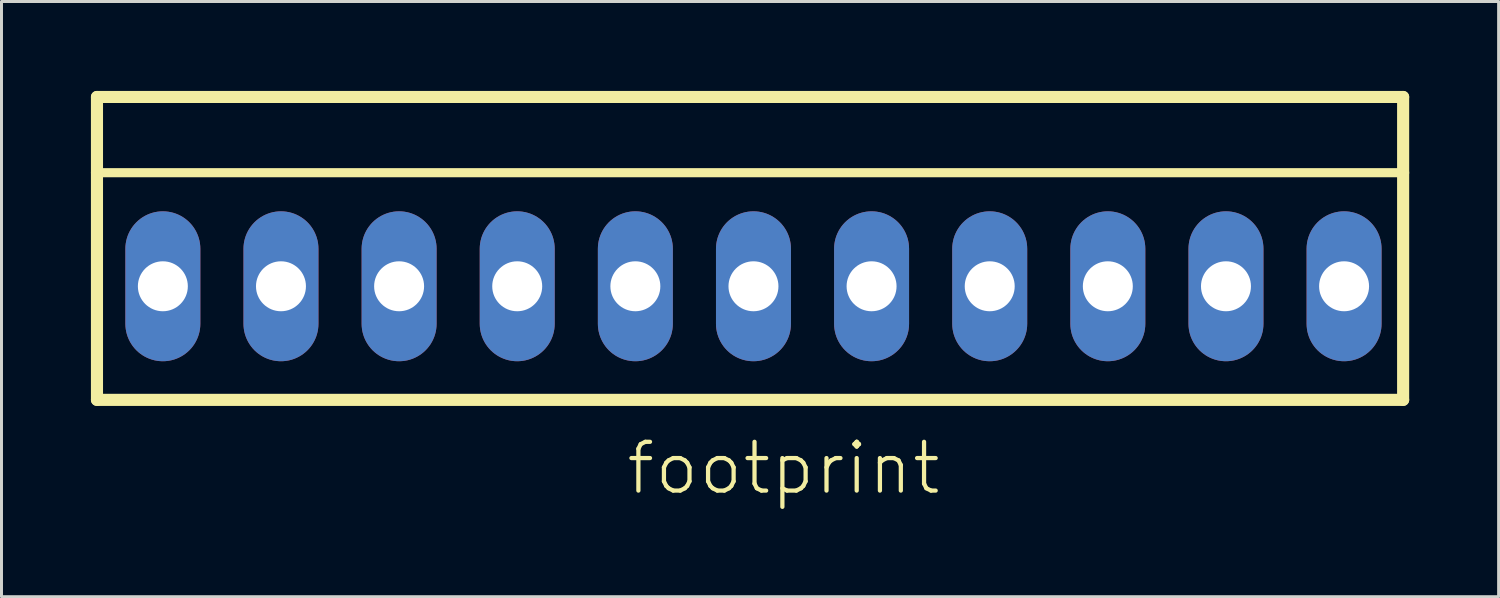
<source format=kicad_pcb>
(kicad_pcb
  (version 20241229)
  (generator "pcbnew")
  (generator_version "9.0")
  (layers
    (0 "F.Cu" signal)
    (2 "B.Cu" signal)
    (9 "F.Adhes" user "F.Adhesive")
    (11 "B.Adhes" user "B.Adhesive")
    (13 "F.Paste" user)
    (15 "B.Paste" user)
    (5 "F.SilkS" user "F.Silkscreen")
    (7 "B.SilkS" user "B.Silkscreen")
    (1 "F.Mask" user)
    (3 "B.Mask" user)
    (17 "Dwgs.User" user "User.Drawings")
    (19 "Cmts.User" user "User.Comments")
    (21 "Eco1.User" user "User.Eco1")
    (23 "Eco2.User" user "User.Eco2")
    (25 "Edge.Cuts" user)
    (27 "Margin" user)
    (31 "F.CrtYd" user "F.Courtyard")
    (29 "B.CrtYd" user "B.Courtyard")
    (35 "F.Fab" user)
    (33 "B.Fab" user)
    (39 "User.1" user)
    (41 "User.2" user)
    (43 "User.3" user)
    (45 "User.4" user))
  (footprint "footprint"
    (layer "F.Cu")
    (at 22.225 6.553)
    (property "Reference" "footprint" (at -4.343 7.061 0) (layer "F.SilkS") (effects (font (size 1.636 1.636) (thickness 0.142)) (justify left bottom)))
    (fp_line (start -22.022 -6.35) (end 21.793 -6.35) (stroke (width 0.406) (type solid)) (layer "F.SilkS"))
    (fp_line (start -22.022 -3.81) (end -22.022 -6.35) (stroke (width 0.406) (type solid)) (layer "F.SilkS"))
    (fp_line (start -22.022 -3.81) (end 21.793 -3.81) (stroke (width 0.305) (type solid)) (layer "F.SilkS"))
    (fp_line (start -22.022 3.81) (end -22.022 -3.81) (stroke (width 0.406) (type solid)) (layer "F.SilkS"))
    (fp_line (start -22.022 3.81) (end 21.793 3.81) (stroke (width 0.406) (type solid)) (layer "F.SilkS"))
    (fp_line (start 21.793 -6.35) (end 21.793 -3.81) (stroke (width 0.406) (type solid)) (layer "F.SilkS"))
    (fp_line (start 21.793 -3.81) (end 21.793 3.81) (stroke (width 0.406) (type solid)) (layer "F.SilkS"))
    (fp_poly (pts (xy -20.32 0.508) (xy -19.304 0.508) (xy -19.304 -0.508) (xy -20.32 -0.508)) (stroke (width 0) (type solid)) (fill yes) (layer "F.SilkS"))
    (fp_poly (pts (xy -16.358 0.508) (xy -15.342 0.508) (xy -15.342 -0.508) (xy -16.358 -0.508)) (stroke (width 0) (type solid)) (fill yes) (layer "F.SilkS"))
    (fp_poly (pts (xy -16.358 0.508) (xy -15.342 0.508) (xy -15.342 -0.508) (xy -16.358 -0.508)) (stroke (width 0) (type solid)) (fill yes) (layer "F.SilkS"))
    (fp_poly (pts (xy -12.395 0.508) (xy -11.379 0.508) (xy -11.379 -0.508) (xy -12.395 -0.508)) (stroke (width 0) (type solid)) (fill yes) (layer "F.SilkS"))
    (fp_poly (pts (xy -8.433 0.508) (xy -7.417 0.508) (xy -7.417 -0.508) (xy -8.433 -0.508)) (stroke (width 0) (type solid)) (fill yes) (layer "F.SilkS"))
    (fp_poly (pts (xy -4.47 0.508) (xy -3.454 0.508) (xy -3.454 -0.508) (xy -4.47 -0.508)) (stroke (width 0) (type solid)) (fill yes) (layer "F.SilkS"))
    (fp_poly (pts (xy -0.508 0.508) (xy 0.508 0.508) (xy 0.508 -0.508) (xy -0.508 -0.508)) (stroke (width 0) (type solid)) (fill yes) (layer "F.SilkS"))
    (fp_poly (pts (xy 3.454 0.508) (xy 4.47 0.508) (xy 4.47 -0.508) (xy 3.454 -0.508)) (stroke (width 0) (type solid)) (fill yes) (layer "F.SilkS"))
    (fp_poly (pts (xy 7.417 0.508) (xy 8.433 0.508) (xy 8.433 -0.508) (xy 7.417 -0.508)) (stroke (width 0) (type solid)) (fill yes) (layer "F.SilkS"))
    (fp_poly (pts (xy 11.379 0.508) (xy 12.395 0.508) (xy 12.395 -0.508) (xy 11.379 -0.508)) (stroke (width 0) (type solid)) (fill yes) (layer "F.SilkS"))
    (fp_poly (pts (xy 15.342 0.508) (xy 16.358 0.508) (xy 16.358 -0.508) (xy 15.342 -0.508)) (stroke (width 0) (type solid)) (fill yes) (layer "F.SilkS"))
    (fp_poly (pts (xy 19.304 0.508) (xy 20.32 0.508) (xy 20.32 -0.508) (xy 19.304 -0.508)) (stroke (width 0) (type solid)) (fill yes) (layer "F.SilkS"))
    (pad "1" thru_hole oval (at 19.812 0 90) (size 5.029 2.515) (drill 1.676) (layers "*.Cu" "*.Mask"))
    (pad "2" thru_hole oval (at 15.85 0 90) (size 5.029 2.515) (drill 1.676) (layers "*.Cu" "*.Mask"))
    (pad "3" thru_hole oval (at 11.887 0 90) (size 5.029 2.515) (drill 1.676) (layers "*.Cu" "*.Mask"))
    (pad "4" thru_hole oval (at 7.925 0 90) (size 5.029 2.515) (drill 1.676) (layers "*.Cu" "*.Mask"))
    (pad "5" thru_hole oval (at 3.962 0 90) (size 5.029 2.515) (drill 1.676) (layers "*.Cu" "*.Mask"))
    (pad "6" thru_hole oval (at 0 0 90) (size 5.029 2.515) (drill 1.676) (layers "*.Cu" "*.Mask"))
    (pad "7" thru_hole oval (at -3.962 0 90) (size 5.029 2.515) (drill 1.676) (layers "*.Cu" "*.Mask"))
    (pad "8" thru_hole oval (at -7.925 0 90) (size 5.029 2.515) (drill 1.676) (layers "*.Cu" "*.Mask"))
    (pad "9" thru_hole oval (at -11.887 0 90) (size 5.029 2.515) (drill 1.676) (layers "*.Cu" "*.Mask"))
    (pad "10" thru_hole oval (at -15.85 0 90) (size 5.029 2.515) (drill 1.676) (layers "*.Cu" "*.Mask"))
    (pad "11" thru_hole oval (at -19.812 0 90) (size 5.029 2.515) (drill 1.676) (layers "*.Cu" "*.Mask")))
  (gr_rect
    (start -3 -3)
    (end 47.221 16.965)
    (stroke (width 0.1) (type default))
    (fill no)
    (layer "Edge.Cuts")))
</source>
